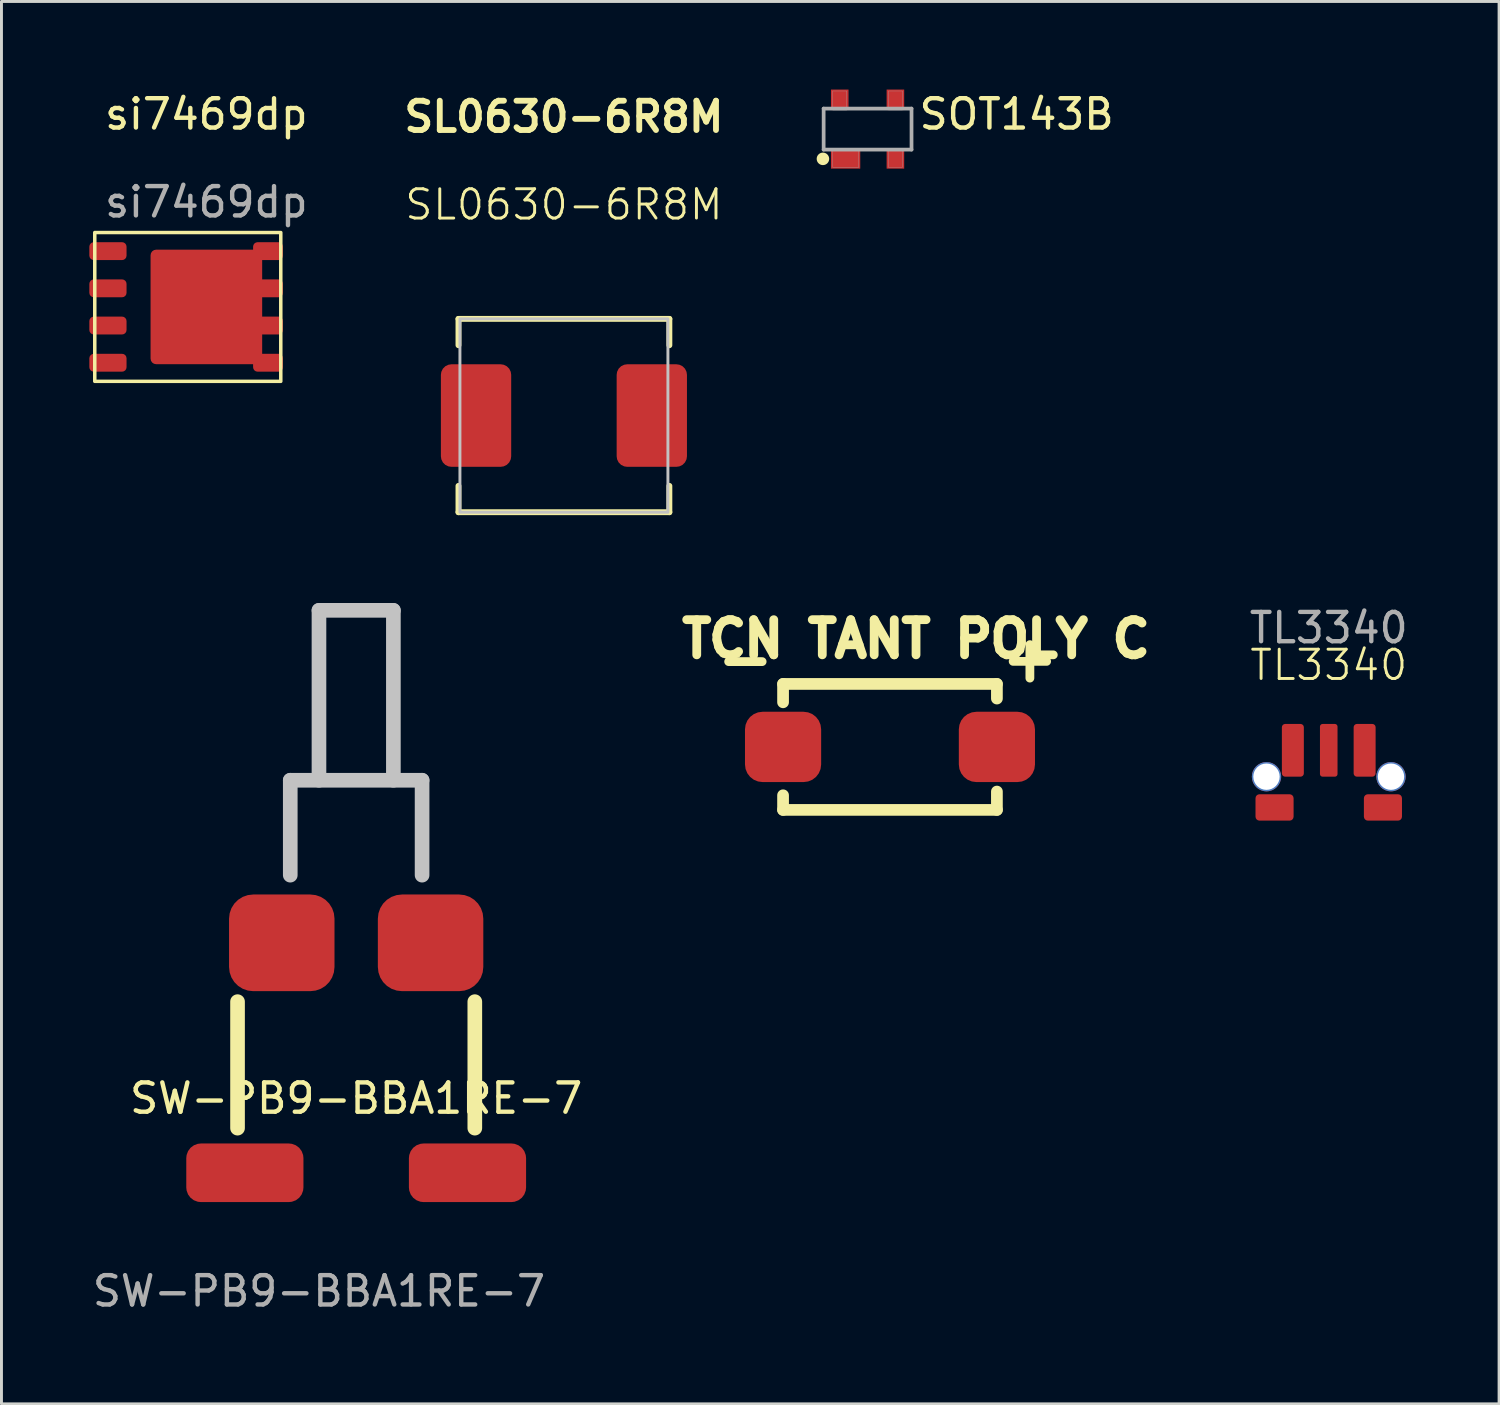
<source format=kicad_pcb>
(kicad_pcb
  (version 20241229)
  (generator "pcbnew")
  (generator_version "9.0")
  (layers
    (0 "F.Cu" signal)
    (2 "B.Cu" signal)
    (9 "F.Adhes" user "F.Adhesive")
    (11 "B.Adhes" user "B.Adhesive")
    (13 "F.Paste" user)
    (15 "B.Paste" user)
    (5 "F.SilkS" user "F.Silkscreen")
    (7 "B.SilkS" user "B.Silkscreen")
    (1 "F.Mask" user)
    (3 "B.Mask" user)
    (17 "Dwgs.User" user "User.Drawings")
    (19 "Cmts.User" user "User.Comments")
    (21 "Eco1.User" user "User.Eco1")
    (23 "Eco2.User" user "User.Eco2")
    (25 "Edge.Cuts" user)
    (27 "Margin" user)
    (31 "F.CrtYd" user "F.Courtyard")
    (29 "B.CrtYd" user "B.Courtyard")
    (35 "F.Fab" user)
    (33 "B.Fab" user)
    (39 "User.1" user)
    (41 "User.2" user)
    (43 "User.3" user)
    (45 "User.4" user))
  (footprint "SW-PB9-BBA1RE-7"
    (layer "F.Cu")
    (at 9.109 36.986)
    (property "Reference" "SW-PB9-BBA1RE-7" (at 0 -2.54 0) (unlocked yes) (layer "F.SilkS") (effects (font (size 1 1) (thickness 0.15))))
    (attr smd)
    (fp_line (start -4.05 -5.842) (end -4.05 -1.524) (stroke (width 0.5) (type default)) (layer "F.SilkS"))
    (fp_line (start 4.05 -5.842) (end 4.05 -1.524) (stroke (width 0.5) (type default)) (layer "F.SilkS"))
    (fp_line (start -2.25 -13.4) (end -2.25 -10.16) (stroke (width 0.5) (type default)) (layer "Dwgs.User"))
    (fp_line (start -2.25 -13.4) (end 2.25 -13.4) (stroke (width 0.5) (type default)) (layer "Dwgs.User"))
    (fp_line (start -1.27 -19.2) (end -1.27 -13.4) (stroke (width 0.5) (type default)) (layer "Dwgs.User"))
    (fp_line (start -1.27 -19.2) (end 1.27 -19.2) (stroke (width 0.5) (type default)) (layer "Dwgs.User"))
    (fp_line (start 1.27 -19.2) (end 1.27 -13.4) (stroke (width 0.5) (type default)) (layer "Dwgs.User"))
    (fp_line (start 2.25 -13.4) (end 2.25 -10.16) (stroke (width 0.5) (type default)) (layer "Dwgs.User"))
    (fp_text user "${REFERENCE}" (at -1.27 4.04 0) (unlocked yes) (layer "F.Fab") (effects (font (size 1 1) (thickness 0.15))))
    (pad "1" smd roundrect (at -3.8 0) (size 4 2) (layers "F.Cu" "F.Mask" "F.Paste") (roundrect_rratio 0.25))
    (pad "2" smd roundrect (at 3.8 0) (size 4 2) (layers "F.Cu" "F.Mask" "F.Paste") (roundrect_rratio 0.25))
    (pad "3" smd roundrect (at -2.54 -7.85) (size 3.6 3.3) (layers "F.Cu" "F.Mask" "F.Paste") (roundrect_rratio 0.25))
    (pad "3" smd roundrect (at 2.54 -7.85) (size 3.6 3.3) (layers "F.Cu" "F.Mask" "F.Paste") (roundrect_rratio 0.25)))
  (footprint "si7469dp"
    (layer "F.Cu")
    (at 3.995 7.428)
    (property "Reference" "si7469dp" (at 0 -6.58 0) (unlocked yes) (layer "F.SilkS") (effects (font (size 1 1) (thickness 0.15))))
    (attr smd)
    (fp_rect (start -3.81 -2.54) (end 2.54 2.54) (stroke (width 0.12) (type solid)) (fill no) (layer "F.SilkS"))
    (fp_text user "${REFERENCE}" (at 0 -3.58 0) (unlocked yes) (layer "F.Fab") (effects (font (size 1 1) (thickness 0.15))))
    (pad "1" smd roundrect (at -3.36 1.905) (size 1.27 0.61) (layers "F.Cu" "F.Mask" "F.Paste") (roundrect_rratio 0.25))
    (pad "2" smd roundrect (at -3.36 -1.905) (size 1.27 0.61) (layers "F.Cu" "F.Mask" "F.Paste") (roundrect_rratio 0.25))
    (pad "2" smd roundrect (at -3.36 -0.635) (size 1.27 0.61) (layers "F.Cu" "F.Mask" "F.Paste") (roundrect_rratio 0.25))
    (pad "2" smd roundrect (at -3.36 0.635) (size 1.27 0.61) (layers "F.Cu" "F.Mask" "F.Paste") (roundrect_rratio 0.25))
    (pad "3" smd roundrect (at 0 0) (size 1.5 1.5) (layers "F.Cu" "F.Paste") (roundrect_rratio 0.05))
    (pad "3" smd roundrect (at 0 0) (size 3.81 3.91) (layers "F.Cu" "F.Mask") (roundrect_rratio 0.05))
    (pad "3" smd roundrect (at 2.105 -1.905) (size 1.02 0.61) (layers "F.Cu" "F.Mask" "F.Paste") (roundrect_rratio 0.25))
    (pad "3" smd roundrect (at 2.105 -0.635) (size 1.02 0.61) (layers "F.Cu" "F.Mask" "F.Paste") (roundrect_rratio 0.25))
    (pad "3" smd roundrect (at 2.105 0.635) (size 1.02 0.61) (layers "F.Cu" "F.Mask" "F.Paste") (roundrect_rratio 0.25))
    (pad "3" smd roundrect (at 2.105 1.905) (size 1.02 0.61) (layers "F.Cu" "F.Mask" "F.Paste") (roundrect_rratio 0.25)))
  (footprint "SOT143B"
    (layer "F.Cu")
    (at 26.567 1.357)
    (property "Reference" "SOT143B" (at 5.088 -0.509 0) (layer "F.SilkS") (effects (font (size 1 1) (thickness 0.15))))
    (attr smd)
    (fp_circle (center -1.524 1.016) (end -1.374 1.016) (stroke (width 0.127) (type solid)) (fill yes) (layer "F.SilkS"))
    (fp_poly (pts (xy -1.202 -1.3) (xy -0.7 -1.3) (xy -0.7 -0.701) (xy -1.202 -0.701)) (stroke (width 0.01) (type solid)) (fill yes) (layer "F.Paste"))
    (fp_poly (pts (xy -1.202 0.7) (xy -0.3 0.7) (xy -0.3 1.302) (xy -1.202 1.302)) (stroke (width 0.01) (type solid)) (fill yes) (layer "F.Paste"))
    (fp_poly (pts (xy 0.701 0.7) (xy 1.2 0.7) (xy 1.2 1.301) (xy 0.701 1.301)) (stroke (width 0.01) (type solid)) (fill yes) (layer "F.Paste"))
    (fp_poly (pts (xy 0.702 -1.3) (xy 1.2 -1.3) (xy 1.2 -0.702) (xy 0.702 -0.702)) (stroke (width 0.01) (type solid)) (fill yes) (layer "F.Paste"))
    (fp_line (start -1.5 -0.7) (end 1.5 -0.7) (stroke (width 0.127) (type solid)) (layer "F.Fab"))
    (fp_line (start -1.5 0.7) (end -1.5 -0.7) (stroke (width 0.127) (type solid)) (layer "F.Fab"))
    (fp_line (start 1.5 -0.7) (end 1.5 0.7) (stroke (width 0.127) (type solid)) (layer "F.Fab"))
    (fp_line (start 1.5 0.7) (end -1.5 0.7) (stroke (width 0.127) (type solid)) (layer "F.Fab"))
    (fp_poly (pts (xy -1.194 0.65) (xy -0.3 0.65) (xy -0.3 1.304) (xy -1.194 1.304)) (stroke (width 0.01) (type solid)) (fill no) (layer "F.Fab"))
    (fp_poly (pts (xy -1.192 -1.3) (xy -0.71 -1.3) (xy -0.71 -0.651) (xy -1.192 -0.651)) (stroke (width 0.01) (type solid)) (fill no) (layer "F.Fab"))
    (fp_poly (pts (xy 0.711 0.65) (xy 1.19 0.65) (xy 1.19 1.303) (xy 0.711 1.303)) (stroke (width 0.01) (type solid)) (fill no) (layer "F.Fab"))
    (fp_poly (pts (xy 0.712 -1.3) (xy 1.19 -1.3) (xy 1.19 -0.652) (xy 0.712 -0.652)) (stroke (width 0.01) (type solid)) (fill no) (layer "F.Fab"))
    (pad "1" smd rect (at -0.75 1) (size 1 0.7) (layers "F.Cu" "F.Mask" "F.Paste"))
    (pad "2" smd rect (at 0.95 1) (size 0.6 0.7) (layers "F.Cu" "F.Mask" "F.Paste"))
    (pad "3" smd rect (at 0.95 -1) (size 0.6 0.7) (layers "F.Cu" "F.Mask" "F.Paste"))
    (pad "4" smd rect (at -0.95 -1) (size 0.6 0.7) (layers "F.Cu" "F.Mask" "F.Paste")))
  (footprint "TL3340"
    (layer "F.Cu")
    (at 42.31 23.464)
    (property "Reference" "TL3340" (at 0 -3.81 0) (unlocked yes) (layer "F.SilkS") (effects (font (size 1 1) (thickness 0.1))))
    (attr smd)
    (fp_text user "${REFERENCE}" (at 0 -5.08 0) (unlocked yes) (layer "F.Fab") (effects (font (size 1 1) (thickness 0.15))))
    (pad "1" thru_hole circle (at -2.125 0) (size 1 1) (drill 0.9) (layers "*.Cu" "*.Mask"))
    (pad "1" smd roundrect (at -1.85 1.05) (size 1.3 0.9) (layers "F.Cu" "F.Mask" "F.Paste") (roundrect_rratio 0.15))
    (pad "1" smd roundrect (at -1.225 -0.9) (size 0.75 1.8) (layers "F.Cu" "F.Mask" "F.Paste") (roundrect_rratio 0.15))
    (pad "2" smd roundrect (at 0 -0.9) (size 0.6 1.8) (layers "F.Cu" "F.Mask" "F.Paste") (roundrect_rratio 0.15))
    (pad "3" smd roundrect (at 1.225 -0.9) (size 0.75 1.8) (layers "F.Cu" "F.Mask" "F.Paste") (roundrect_rratio 0.15))
    (pad "3" smd roundrect (at 1.85 1.05) (size 1.3 0.9) (layers "F.Cu" "F.Mask" "F.Paste") (roundrect_rratio 0.15))
    (pad "3" thru_hole circle (at 2.125 0) (size 1 1) (drill 0.9) (layers "*.Cu" "*.Mask")))
  (footprint "SL0630-6R8M"
    (layer "F.Cu")
    (at 16.201 11.136)
    (property "Reference" "SL0630-6R8M" (at 0 -10.2 0) (unlocked yes) (layer "F.SilkS") (effects (font (size 1 1) (thickness 0.2) (bold yes))))
    (attr smd)
    (fp_line (start -3.6 -3.3) (end 3.6 -3.3) (stroke (width 0.2) (type solid)) (layer "F.SilkS"))
    (fp_line (start -3.6 -2.4) (end -3.6 -3.3) (stroke (width 0.2) (type solid)) (layer "F.SilkS"))
    (fp_line (start -3.6 2.4) (end -3.6 3.3) (stroke (width 0.2) (type solid)) (layer "F.SilkS"))
    (fp_line (start 3.6 -2.4) (end 3.6 -3.3) (stroke (width 0.2) (type solid)) (layer "F.SilkS"))
    (fp_line (start 3.6 2.4) (end 3.6 3.3) (stroke (width 0.2) (type solid)) (layer "F.SilkS"))
    (fp_line (start 3.6 3.3) (end -3.6 3.3) (stroke (width 0.2) (type solid)) (layer "F.SilkS"))
    (fp_rect (start -3.55 -3.3) (end 3.55 3.3) (stroke (width 0.1) (type solid)) (fill no) (layer "Dwgs.User"))
    (fp_text user "${REFERENCE}" (at 0 -7.2 0) (unlocked yes) (layer "F.SilkS") (effects (font (size 1 1) (thickness 0.1))))
    (pad "1" smd roundrect (at -3 0) (size 2.4 3.5) (layers "F.Cu" "F.Mask" "F.Paste") (roundrect_rratio 0.15))
    (pad "2" smd roundrect (at 3 0) (size 2.4 3.5) (layers "F.Cu" "F.Mask" "F.Paste") (roundrect_rratio 0.15)))
  (footprint "TCN TANT POLY C"
    (layer "F.Cu")
    (at 27.332 22.448)
    (property "Reference" "TCN TANT POLY C" (at 0.889 -3.683 0) (unlocked yes) (layer "F.SilkS") (effects (font (size 1.2 1.2) (thickness 0.3) (bold yes))))
    (attr smd)
    (fp_line (start -3.65 -2.15) (end 3.65 -2.15) (stroke (width 0.4) (type default)) (layer "F.SilkS"))
    (fp_line (start -3.65 -1.524) (end -3.65 -2.15) (stroke (width 0.4) (type default)) (layer "F.SilkS"))
    (fp_line (start -3.65 2.15) (end -3.65 1.651) (stroke (width 0.4) (type default)) (layer "F.SilkS"))
    (fp_line (start -3.65 2.15) (end 3.65 2.15) (stroke (width 0.4) (type default)) (layer "F.SilkS"))
    (fp_line (start 3.65 -1.651) (end 3.65 -2.15) (stroke (width 0.4) (type default)) (layer "F.SilkS"))
    (fp_line (start 3.65 2.15) (end 3.65 1.524) (stroke (width 0.4) (type default)) (layer "F.SilkS"))
    (fp_text user "+" (at 3.65 -2.15 0) (unlocked yes) (layer "F.SilkS") (effects (font (size 1.5 1.5) (thickness 0.3) (bold yes)) (justify left bottom)))
    (fp_text user "-" (at -3.81 -3.683 180) (unlocked yes) (layer "F.SilkS") (effects (font (size 1.5 1.5) (thickness 0.3) (bold yes)) (justify left bottom)))
    (pad "1" smd roundrect (at 3.65 0) (size 2.6 2.4) (layers "F.Cu" "F.Mask" "F.Paste") (roundrect_rratio 0.25))
    (pad "2" smd roundrect (at -3.65 0) (size 2.6 2.4) (layers "F.Cu" "F.Mask" "F.Paste") (roundrect_rratio 0.25)))
  (gr_rect
    (start -3 -3)
    (end 48.125 44.874)
    (stroke (width 0.1) (type default))
    (fill no)
    (layer "Edge.Cuts")))
</source>
